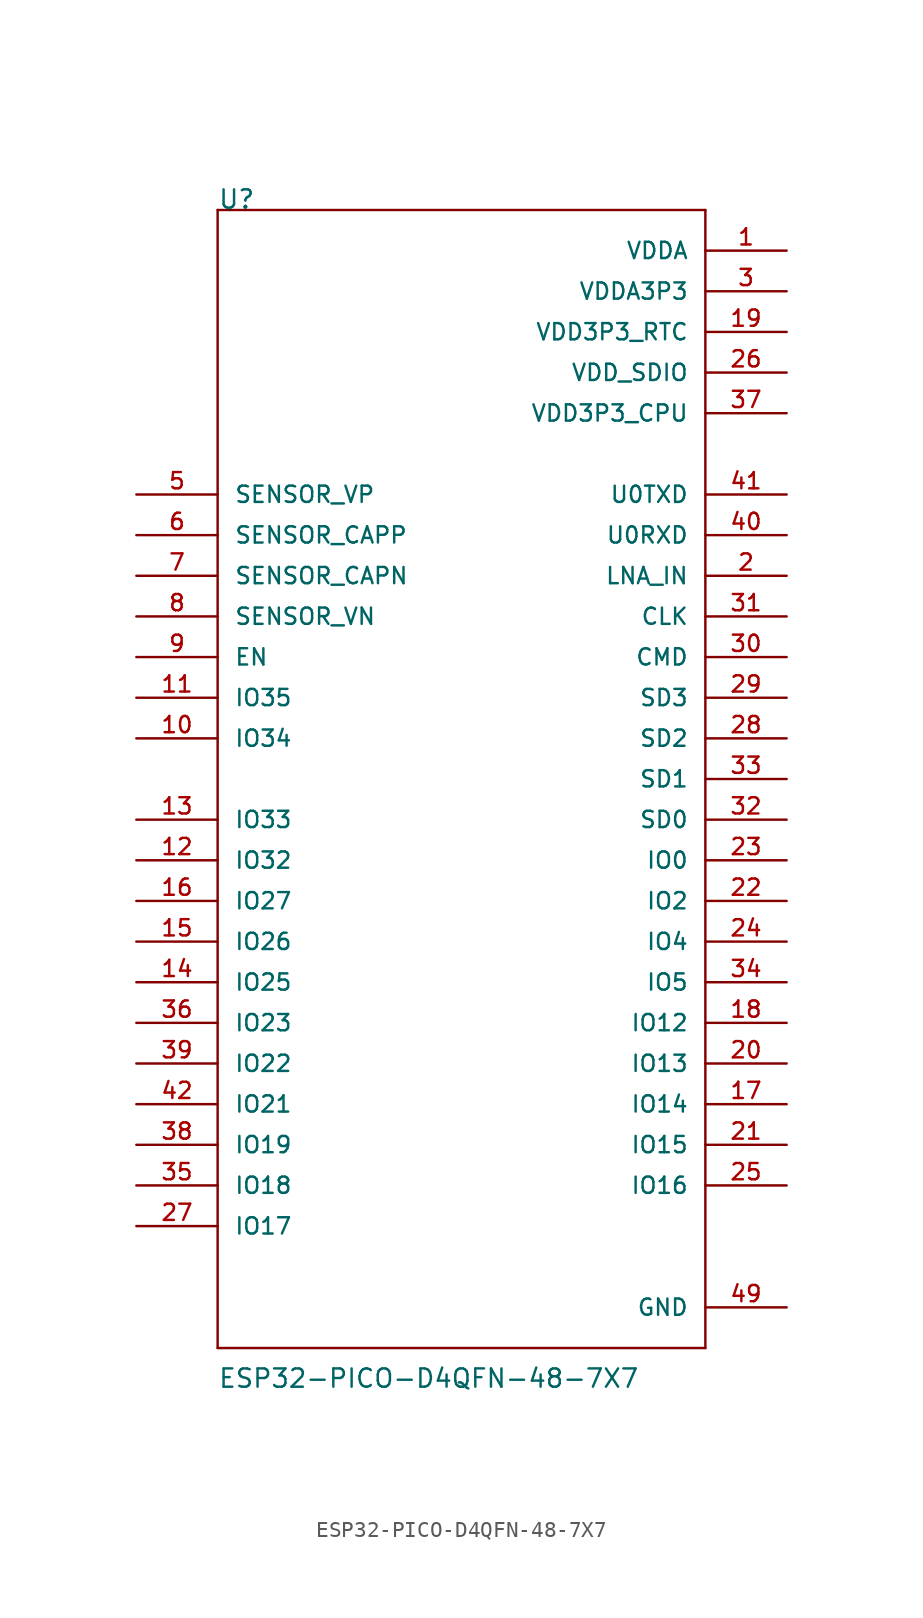
<source format=kicad_sym>
(kicad_symbol_lib
  (version 20211014)
  (generator kicad_symbol_editor)
  (symbol "ESP32-PICO-D4QFN-48-7X7"
    (pin_names
      (offset 1.016))
    (property "Reference" "U"
      (at -15.24 35.56 0)
      (effects (font (size 1.143 1.143)) (justify left bottom)))
    (property "Value" "ESP32-PICO-D4QFN-48-7X7"
      (at -15.24 -38.125 0)
      (effects (font (size 1.143 1.143)) (justify left bottom)))
    (property "ki_locked" ""
      (at 0 0 0)
      (effects (font (size 1.27 1.27))))
    (symbol "ESP32-PICO-D4QFN-48-7X7_1_0"
      (polyline (pts (xy -15.24 -35.56) (xy -15.24 35.56)) (stroke (width 0) (type default) (color 0 0 0 0)) (fill (type none)))
      (polyline (pts (xy -15.24 35.56) (xy 15.24 35.56)) (stroke (width 0) (type default) (color 0 0 0 0)) (fill (type none)))
      (polyline (pts (xy 15.24 -35.56) (xy -15.24 -35.56)) (stroke (width 0) (type default) (color 0 0 0 0)) (fill (type none)))
      (polyline (pts (xy 15.24 35.56) (xy 15.24 -35.56)) (stroke (width 0) (type default) (color 0 0 0 0)) (fill (type none))))
    (symbol "ESP32-PICO-D4QFN-48-7X7_1_1"
      (pin power_in line (at 20.32 33.02 180) (length 5.08) (name "VDDA" (effects (font (size 1.016 1.016)))) (number "1" (effects (font (size 1.016 1.016)))))
      (pin input line (at -20.32 2.54 0) (length 5.08) (name "IO34" (effects (font (size 1.016 1.016)))) (number "10" (effects (font (size 1.016 1.016)))))
      (pin input line (at -20.32 5.08 0) (length 5.08) (name "IO35" (effects (font (size 1.016 1.016)))) (number "11" (effects (font (size 1.016 1.016)))))
      (pin bidirectional line (at -20.32 -5.08 0) (length 5.08) (name "IO32" (effects (font (size 1.016 1.016)))) (number "12" (effects (font (size 1.016 1.016)))))
      (pin bidirectional line (at -20.32 -2.54 0) (length 5.08) (name "IO33" (effects (font (size 1.016 1.016)))) (number "13" (effects (font (size 1.016 1.016)))))
      (pin bidirectional line (at -20.32 -12.7 0) (length 5.08) (name "IO25" (effects (font (size 1.016 1.016)))) (number "14" (effects (font (size 1.016 1.016)))))
      (pin bidirectional line (at -20.32 -10.16 0) (length 5.08) (name "IO26" (effects (font (size 1.016 1.016)))) (number "15" (effects (font (size 1.016 1.016)))))
      (pin bidirectional line (at -20.32 -7.62 0) (length 5.08) (name "IO27" (effects (font (size 1.016 1.016)))) (number "16" (effects (font (size 1.016 1.016)))))
      (pin bidirectional line (at 20.32 -20.32 180) (length 5.08) (name "IO14" (effects (font (size 1.016 1.016)))) (number "17" (effects (font (size 1.016 1.016)))))
      (pin bidirectional line (at 20.32 -15.24 180) (length 5.08) (name "IO12" (effects (font (size 1.016 1.016)))) (number "18" (effects (font (size 1.016 1.016)))))
      (pin power_in line (at 20.32 27.94 180) (length 5.08) (name "VDD3P3_RTC" (effects (font (size 1.016 1.016)))) (number "19" (effects (font (size 1.016 1.016)))))
      (pin bidirectional line (at 20.32 12.7 180) (length 5.08) (name "LNA_IN" (effects (font (size 1.016 1.016)))) (number "2" (effects (font (size 1.016 1.016)))))
      (pin bidirectional line (at 20.32 -17.78 180) (length 5.08) (name "IO13" (effects (font (size 1.016 1.016)))) (number "20" (effects (font (size 1.016 1.016)))))
      (pin bidirectional line (at 20.32 -22.86 180) (length 5.08) (name "IO15" (effects (font (size 1.016 1.016)))) (number "21" (effects (font (size 1.016 1.016)))))
      (pin bidirectional line (at 20.32 -7.62 180) (length 5.08) (name "IO2" (effects (font (size 1.016 1.016)))) (number "22" (effects (font (size 1.016 1.016)))))
      (pin bidirectional line (at 20.32 -5.08 180) (length 5.08) (name "IO0" (effects (font (size 1.016 1.016)))) (number "23" (effects (font (size 1.016 1.016)))))
      (pin bidirectional line (at 20.32 -10.16 180) (length 5.08) (name "IO4" (effects (font (size 1.016 1.016)))) (number "24" (effects (font (size 1.016 1.016)))))
      (pin bidirectional line (at 20.32 -25.4 180) (length 5.08) (name "IO16" (effects (font (size 1.016 1.016)))) (number "25" (effects (font (size 1.016 1.016)))))
      (pin power_in line (at 20.32 25.4 180) (length 5.08) (name "VDD_SDIO" (effects (font (size 1.016 1.016)))) (number "26" (effects (font (size 1.016 1.016)))))
      (pin bidirectional line (at -20.32 -27.94 0) (length 5.08) (name "IO17" (effects (font (size 1.016 1.016)))) (number "27" (effects (font (size 1.016 1.016)))))
      (pin bidirectional line (at 20.32 2.54 180) (length 5.08) (name "SD2" (effects (font (size 1.016 1.016)))) (number "28" (effects (font (size 1.016 1.016)))))
      (pin bidirectional line (at 20.32 5.08 180) (length 5.08) (name "SD3" (effects (font (size 1.016 1.016)))) (number "29" (effects (font (size 1.016 1.016)))))
      (pin power_in line (at 20.32 30.48 180) (length 5.08) (name "VDDA3P3" (effects (font (size 1.016 1.016)))) (number "3" (effects (font (size 1.016 1.016)))))
      (pin bidirectional line (at 20.32 7.62 180) (length 5.08) (name "CMD" (effects (font (size 1.016 1.016)))) (number "30" (effects (font (size 1.016 1.016)))))
      (pin bidirectional line (at 20.32 10.16 180) (length 5.08) (name "CLK" (effects (font (size 1.016 1.016)))) (number "31" (effects (font (size 1.016 1.016)))))
      (pin bidirectional line (at 20.32 -2.54 180) (length 5.08) (name "SD0" (effects (font (size 1.016 1.016)))) (number "32" (effects (font (size 1.016 1.016)))))
      (pin bidirectional line (at 20.32 0 180) (length 5.08) (name "SD1" (effects (font (size 1.016 1.016)))) (number "33" (effects (font (size 1.016 1.016)))))
      (pin bidirectional line (at 20.32 -12.7 180) (length 5.08) (name "IO5" (effects (font (size 1.016 1.016)))) (number "34" (effects (font (size 1.016 1.016)))))
      (pin bidirectional line (at -20.32 -25.4 0) (length 5.08) (name "IO18" (effects (font (size 1.016 1.016)))) (number "35" (effects (font (size 1.016 1.016)))))
      (pin bidirectional line (at -20.32 -15.24 0) (length 5.08) (name "IO23" (effects (font (size 1.016 1.016)))) (number "36" (effects (font (size 1.016 1.016)))))
      (pin power_in line (at 20.32 22.86 180) (length 5.08) (name "VDD3P3_CPU" (effects (font (size 1.016 1.016)))) (number "37" (effects (font (size 1.016 1.016)))))
      (pin bidirectional line (at -20.32 -22.86 0) (length 5.08) (name "IO19" (effects (font (size 1.016 1.016)))) (number "38" (effects (font (size 1.016 1.016)))))
      (pin bidirectional line (at -20.32 -17.78 0) (length 5.08) (name "IO22" (effects (font (size 1.016 1.016)))) (number "39" (effects (font (size 1.016 1.016)))))
      (pin power_in line (at 20.32 30.48 180) (length 5.08) hide (name "VDDA3P3" (effects (font (size 1.016 1.016)))) (number "4" (effects (font (size 1.016 1.016)))))
      (pin bidirectional line (at 20.32 15.24 180) (length 5.08) (name "U0RXD" (effects (font (size 1.016 1.016)))) (number "40" (effects (font (size 1.016 1.016)))))
      (pin bidirectional line (at 20.32 17.78 180) (length 5.08) (name "U0TXD" (effects (font (size 1.016 1.016)))) (number "41" (effects (font (size 1.016 1.016)))))
      (pin bidirectional line (at -20.32 -20.32 0) (length 5.08) (name "IO21" (effects (font (size 1.016 1.016)))) (number "42" (effects (font (size 1.016 1.016)))))
      (pin power_in line (at 20.32 33.02 180) (length 5.08) hide (name "VDDA" (effects (font (size 1.016 1.016)))) (number "43" (effects (font (size 1.016 1.016)))))
      (pin power_in line (at 20.32 33.02 180) (length 5.08) hide (name "VDDA" (effects (font (size 1.016 1.016)))) (number "46" (effects (font (size 1.016 1.016)))))
      (pin power_in line (at 20.32 -33.02 180) (length 5.08) (name "GND" (effects (font (size 1.016 1.016)))) (number "49" (effects (font (size 1.016 1.016)))))
      (pin input line (at -20.32 17.78 0) (length 5.08) (name "SENSOR_VP" (effects (font (size 1.016 1.016)))) (number "5" (effects (font (size 1.016 1.016)))))
      (pin input line (at -20.32 15.24 0) (length 5.08) (name "SENSOR_CAPP" (effects (font (size 1.016 1.016)))) (number "6" (effects (font (size 1.016 1.016)))))
      (pin input line (at -20.32 12.7 0) (length 5.08) (name "SENSOR_CAPN" (effects (font (size 1.016 1.016)))) (number "7" (effects (font (size 1.016 1.016)))))
      (pin input line (at -20.32 10.16 0) (length 5.08) (name "SENSOR_VN" (effects (font (size 1.016 1.016)))) (number "8" (effects (font (size 1.016 1.016)))))
      (pin input line (at -20.32 7.62 0) (length 5.08) (name "EN" (effects (font (size 1.016 1.016)))) (number "9" (effects (font (size 1.016 1.016))))))))
</source>
